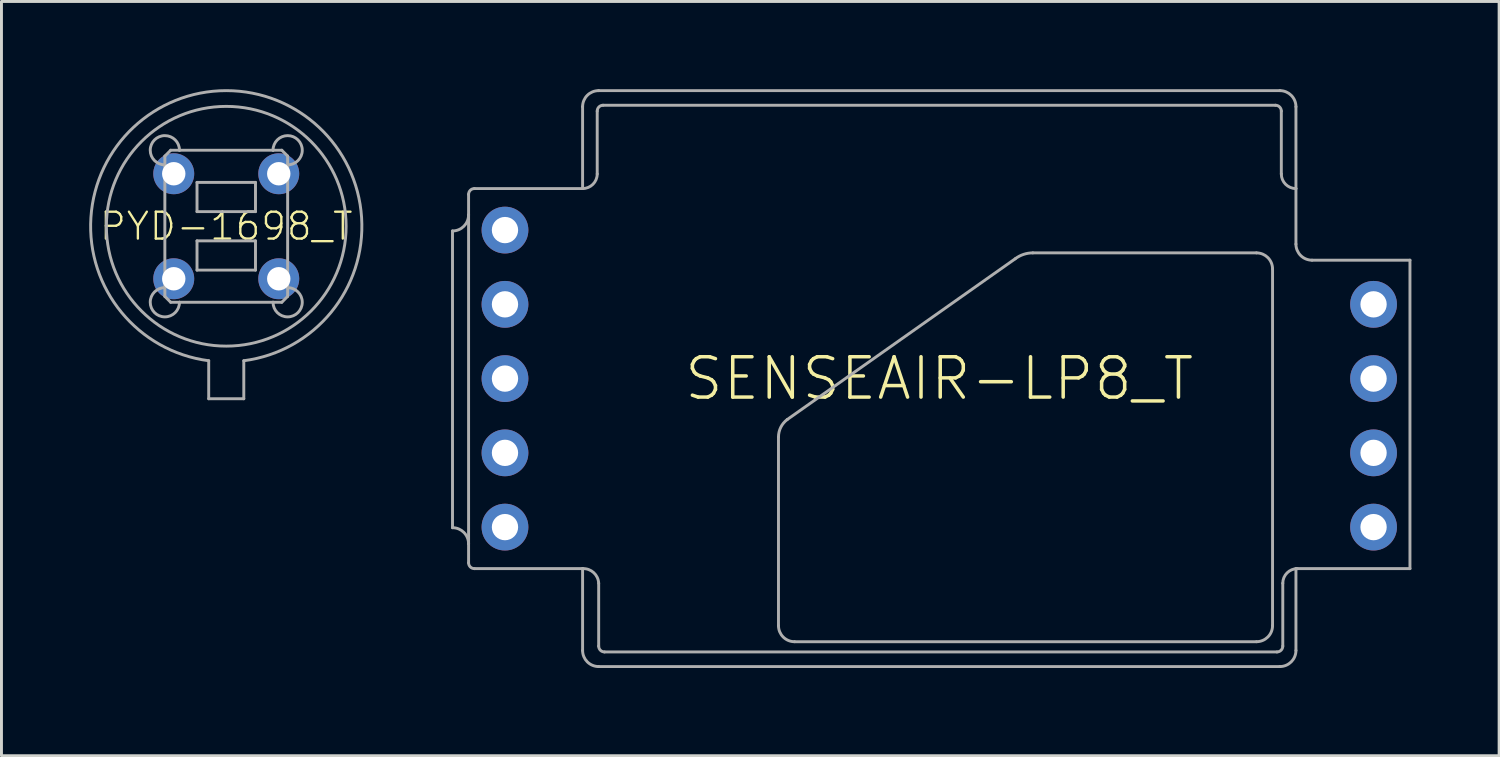
<source format=kicad_pcb>
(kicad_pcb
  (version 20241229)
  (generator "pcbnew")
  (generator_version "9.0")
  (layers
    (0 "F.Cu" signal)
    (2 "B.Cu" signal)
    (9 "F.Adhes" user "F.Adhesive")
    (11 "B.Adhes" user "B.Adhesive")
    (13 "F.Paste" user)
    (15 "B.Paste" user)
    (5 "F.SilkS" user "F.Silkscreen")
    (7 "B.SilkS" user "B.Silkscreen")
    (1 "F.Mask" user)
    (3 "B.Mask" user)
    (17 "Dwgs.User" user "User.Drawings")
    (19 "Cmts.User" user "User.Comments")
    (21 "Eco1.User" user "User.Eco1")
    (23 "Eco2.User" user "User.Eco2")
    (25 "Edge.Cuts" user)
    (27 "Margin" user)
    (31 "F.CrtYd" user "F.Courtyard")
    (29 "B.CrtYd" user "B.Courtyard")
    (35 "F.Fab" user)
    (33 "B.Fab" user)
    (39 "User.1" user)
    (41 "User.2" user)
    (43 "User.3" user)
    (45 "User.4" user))
  (footprint "SENSEAIR-LP8_T"
    (layer "F.Cu")
    (at 29.078 9.9)
    (property "Reference" "SENSEAIR-LP8_T" (at 0 0 0) (unlocked yes) (layer "F.SilkS") (effects (font (size 1.38 1.38) (thickness 0.12))))
    (fp_line (start -16.65 -5.05) (end -16.65 5.1) (stroke (width 0.1) (type solid)) (layer "F.Fab"))
    (fp_line (start -16.1 -6.3) (end -16.1 -5.6) (stroke (width 0.1) (type solid)) (layer "F.Fab"))
    (fp_line (start -16.1 -5.6) (end -16.1 5.65) (stroke (width 0.1) (type solid)) (layer "F.Fab"))
    (fp_line (start -16.1 5.65) (end -16.1 6.3) (stroke (width 0.1) (type solid)) (layer "F.Fab"))
    (fp_line (start -15.9 -6.5) (end -12.2 -6.5) (stroke (width 0.1) (type solid)) (layer "F.Fab"))
    (fp_line (start -15.9 6.5) (end -12.2 6.5) (stroke (width 0.1) (type solid)) (layer "F.Fab"))
    (fp_line (start -12.2 -9.3) (end -12.2 -6.5) (stroke (width 0.1) (type solid)) (layer "F.Fab"))
    (fp_line (start -12.2 9.3) (end -12.2 6.5) (stroke (width 0.1) (type solid)) (layer "F.Fab"))
    (fp_line (start -11.7 -7) (end -11.7 -9.15) (stroke (width 0.1) (type solid)) (layer "F.Fab"))
    (fp_line (start -11.65 -9.85) (end 11.65 -9.85) (stroke (width 0.1) (type solid)) (layer "F.Fab"))
    (fp_line (start -11.65 9.15) (end -11.65 7) (stroke (width 0.1) (type solid)) (layer "F.Fab"))
    (fp_line (start -11.65 9.85) (end 11.65 9.85) (stroke (width 0.1) (type solid)) (layer "F.Fab"))
    (fp_line (start -11.5 -9.35) (end 11.5 -9.35) (stroke (width 0.1) (type solid)) (layer "F.Fab"))
    (fp_line (start -5.5 8.45) (end -5.5 2) (stroke (width 0.1) (type solid)) (layer "F.Fab"))
    (fp_line (start -5.2 1.4) (end 2.6 -4.1) (stroke (width 0.1) (type solid)) (layer "F.Fab"))
    (fp_line (start 10.85 -4.3) (end 3.2 -4.3) (stroke (width 0.1) (type solid)) (layer "F.Fab"))
    (fp_line (start 10.85 9) (end -4.95 9) (stroke (width 0.1) (type solid)) (layer "F.Fab"))
    (fp_line (start 11.4 -3.75) (end 11.4 8.45) (stroke (width 0.1) (type solid)) (layer "F.Fab"))
    (fp_line (start 11.55 9.35) (end -11.45 9.35) (stroke (width 0.1) (type solid)) (layer "F.Fab"))
    (fp_line (start 11.7 -9.15) (end 11.7 -7) (stroke (width 0.1) (type solid)) (layer "F.Fab"))
    (fp_line (start 11.75 7) (end 11.75 9.15) (stroke (width 0.1) (type solid)) (layer "F.Fab"))
    (fp_line (start 12.2 -9.3) (end 12.2 -6.5) (stroke (width 0.1) (type solid)) (layer "F.Fab"))
    (fp_line (start 12.2 -6.5) (end 12.2 -4.6) (stroke (width 0.1) (type solid)) (layer "F.Fab"))
    (fp_line (start 12.2 6.5) (end 16.1 6.5) (stroke (width 0.1) (type solid)) (layer "F.Fab"))
    (fp_line (start 12.2 9.3) (end 12.2 6.5) (stroke (width 0.1) (type solid)) (layer "F.Fab"))
    (fp_line (start 16.1 -4.05) (end 12.75 -4.05) (stroke (width 0.1) (type solid)) (layer "F.Fab"))
    (fp_line (start 16.1 -4.05) (end 16.1 6.5) (stroke (width 0.1) (type solid)) (layer "F.Fab"))
    (fp_arc (start -16.65 5.1) (mid -16.261091 5.261091) (end -16.1 5.65) (stroke (width 0.1) (type solid)) (layer "F.Fab"))
    (fp_arc (start -16.1 -6.3) (mid -16.041421 -6.441421) (end -15.9 -6.5) (stroke (width 0.1) (type solid)) (layer "F.Fab"))
    (fp_arc (start -16.1 -5.6) (mid -16.261091 -5.211091) (end -16.65 -5.05) (stroke (width 0.1) (type solid)) (layer "F.Fab"))
    (fp_arc (start -15.9 6.5) (mid -16.041421 6.441421) (end -16.1 6.3) (stroke (width 0.1) (type solid)) (layer "F.Fab"))
    (fp_arc (start -12.2 -9.3) (mid -12.038909 -9.688909) (end -11.65 -9.85) (stroke (width 0.1) (type solid)) (layer "F.Fab"))
    (fp_arc (start -12.2 6.5) (mid -11.821447 6.636091) (end -11.65 7) (stroke (width 0.1) (type solid)) (layer "F.Fab"))
    (fp_arc (start -11.7 -9.15) (mid -11.641421 -9.291421) (end -11.5 -9.35) (stroke (width 0.1) (type solid)) (layer "F.Fab"))
    (fp_arc (start -11.7 -7) (mid -11.846447 -6.646447) (end -12.2 -6.5) (stroke (width 0.1) (type solid)) (layer "F.Fab"))
    (fp_arc (start -11.65 9.85) (mid -12.038909 9.688909) (end -12.2 9.3) (stroke (width 0.1) (type solid)) (layer "F.Fab"))
    (fp_arc (start -11.45 9.35) (mid -11.591421 9.291421) (end -11.65 9.15) (stroke (width 0.1) (type solid)) (layer "F.Fab"))
    (fp_arc (start -5.5 2.000001) (mid -5.420821 1.66459) (end -5.2 1.4) (stroke (width 0.1) (type solid)) (layer "F.Fab"))
    (fp_arc (start -4.95 9) (mid -5.338909 8.838909) (end -5.5 8.45) (stroke (width 0.1) (type solid)) (layer "F.Fab"))
    (fp_arc (start 2.6 -4.100001) (mid 2.883772 -4.248684) (end 3.2 -4.3) (stroke (width 0.1) (type solid)) (layer "F.Fab"))
    (fp_arc (start 10.85 -4.3) (mid 11.238909 -4.138909) (end 11.4 -3.75) (stroke (width 0.1) (type solid)) (layer "F.Fab"))
    (fp_arc (start 11.4 8.45) (mid 11.238909 8.838909) (end 10.85 9) (stroke (width 0.1) (type solid)) (layer "F.Fab"))
    (fp_arc (start 11.5 -9.35) (mid 11.641421 -9.291421) (end 11.7 -9.15) (stroke (width 0.1) (type solid)) (layer "F.Fab"))
    (fp_arc (start 11.65 -9.85) (mid 12.038909 -9.688909) (end 12.2 -9.3) (stroke (width 0.1) (type solid)) (layer "F.Fab"))
    (fp_arc (start 11.75 7) (mid 11.896447 6.646447) (end 12.25 6.5) (stroke (width 0.1) (type solid)) (layer "F.Fab"))
    (fp_arc (start 11.75 9.15) (mid 11.691421 9.291421) (end 11.55 9.35) (stroke (width 0.1) (type solid)) (layer "F.Fab"))
    (fp_arc (start 12.2 -6.5) (mid 11.846447 -6.646447) (end 11.7 -7) (stroke (width 0.1) (type solid)) (layer "F.Fab"))
    (fp_arc (start 12.2 9.3) (mid 12.038909 9.688909) (end 11.65 9.85) (stroke (width 0.1) (type solid)) (layer "F.Fab"))
    (fp_arc (start 12.75 -4.05) (mid 12.361091 -4.211091) (end 12.2 -4.6) (stroke (width 0.1) (type solid)) (layer "F.Fab"))
    (pad "1-1" thru_hole circle (at 14.855 5.08) (size 1.6 1.6) (drill 0.9) (layers "*.Cu" "*.Mask"))
    (pad "1-2" thru_hole circle (at 14.855 2.54) (size 1.6 1.6) (drill 0.9) (layers "*.Cu" "*.Mask"))
    (pad "1-3" thru_hole circle (at 14.855 0) (size 1.6 1.6) (drill 0.9) (layers "*.Cu" "*.Mask"))
    (pad "1-4" thru_hole circle (at 14.855 -2.54) (size 1.6 1.6) (drill 0.9) (layers "*.Cu" "*.Mask"))
    (pad "2-1" thru_hole circle (at -14.855 5.08) (size 1.6 1.6) (drill 0.9) (layers "*.Cu" "*.Mask"))
    (pad "2-2" thru_hole circle (at -14.855 2.54) (size 1.6 1.6) (drill 0.9) (layers "*.Cu" "*.Mask"))
    (pad "2-3" thru_hole circle (at -14.855 0) (size 1.6 1.6) (drill 0.9) (layers "*.Cu" "*.Mask"))
    (pad "2-4" thru_hole circle (at -14.855 -2.54) (size 1.6 1.6) (drill 0.9) (layers "*.Cu" "*.Mask"))
    (pad "2-5" thru_hole circle (at -14.855 -5.08) (size 1.6 1.6) (drill 0.9) (layers "*.Cu" "*.Mask")))
  (footprint "PYD-1698_T"
    (layer "F.Cu")
    (at 4.689 4.689)
    (property "Reference" "PYD-1698_T" (at 0 0 0) (unlocked yes) (layer "F.SilkS") (effects (font (size 0.92 0.92) (thickness 0.08))))
    (fp_line (start -2.1 -2.4) (end -1.9 -2.6) (stroke (width 0.1) (type solid)) (layer "F.Fab"))
    (fp_line (start -2.1 -2.1) (end -2.1 -2.4) (stroke (width 0.1) (type solid)) (layer "F.Fab"))
    (fp_line (start -2.1 2.1) (end -2.1 -2.1) (stroke (width 0.1) (type solid)) (layer "F.Fab"))
    (fp_line (start -2.1 2.1) (end -2.1 2.4) (stroke (width 0.1) (type solid)) (layer "F.Fab"))
    (fp_line (start -2.1 2.4) (end -1.9 2.6) (stroke (width 0.1) (type solid)) (layer "F.Fab"))
    (fp_line (start -1.9 -2.6) (end -1.6 -2.6) (stroke (width 0.1) (type solid)) (layer "F.Fab"))
    (fp_line (start -1.9 2.6) (end -1.6 2.6) (stroke (width 0.1) (type solid)) (layer "F.Fab"))
    (fp_line (start -1.6 -2.6) (end 1.6 -2.6) (stroke (width 0.1) (type solid)) (layer "F.Fab"))
    (fp_line (start -1 -1.5) (end 1 -1.5) (stroke (width 0.1) (type solid)) (layer "F.Fab"))
    (fp_line (start -1 -0.5) (end -1 -1.5) (stroke (width 0.1) (type solid)) (layer "F.Fab"))
    (fp_line (start -1 0.5) (end 1 0.5) (stroke (width 0.1) (type solid)) (layer "F.Fab"))
    (fp_line (start -1 1.5) (end -1 0.5) (stroke (width 0.1) (type solid)) (layer "F.Fab"))
    (fp_line (start -0.6 4.6) (end -0.6 5.9) (stroke (width 0.1) (type solid)) (layer "F.Fab"))
    (fp_line (start -0.6 5.9) (end 0.6 5.9) (stroke (width 0.1) (type solid)) (layer "F.Fab"))
    (fp_line (start 0.6 5.9) (end 0.6 4.6) (stroke (width 0.1) (type solid)) (layer "F.Fab"))
    (fp_line (start 1 -1.5) (end 1 -0.5) (stroke (width 0.1) (type solid)) (layer "F.Fab"))
    (fp_line (start 1 -0.5) (end -1 -0.5) (stroke (width 0.1) (type solid)) (layer "F.Fab"))
    (fp_line (start 1 0.5) (end 1 1.5) (stroke (width 0.1) (type solid)) (layer "F.Fab"))
    (fp_line (start 1 1.5) (end -1 1.5) (stroke (width 0.1) (type solid)) (layer "F.Fab"))
    (fp_line (start 1.6 -2.6) (end 1.9 -2.6) (stroke (width 0.1) (type solid)) (layer "F.Fab"))
    (fp_line (start 1.6 2.6) (end -1.6 2.6) (stroke (width 0.1) (type solid)) (layer "F.Fab"))
    (fp_line (start 1.6 2.6) (end 1.9 2.6) (stroke (width 0.1) (type solid)) (layer "F.Fab"))
    (fp_line (start 1.9 -2.6) (end 2.1 -2.4) (stroke (width 0.1) (type solid)) (layer "F.Fab"))
    (fp_line (start 1.9 2.6) (end 2.1 2.4) (stroke (width 0.1) (type solid)) (layer "F.Fab"))
    (fp_line (start 2.1 -2.4) (end 2.1 -2.1) (stroke (width 0.1) (type solid)) (layer "F.Fab"))
    (fp_line (start 2.1 -2.1) (end 2.1 2.1) (stroke (width 0.1) (type solid)) (layer "F.Fab"))
    (fp_line (start 2.1 2.4) (end 2.1 2.1) (stroke (width 0.1) (type solid)) (layer "F.Fab"))
    (fp_arc (start -2.1 -2.1) (mid -2.453553 -2.953553) (end -1.6 -2.6) (stroke (width 0.1) (type solid)) (layer "F.Fab"))
    (fp_arc (start -1.6 2.6) (mid -2.453553 2.953553) (end -2.1 2.1) (stroke (width 0.1) (type solid)) (layer "F.Fab"))
    (fp_arc (start -0.6 4.6) (mid 0 -4.638965) (end 0.6 4.6) (stroke (width 0.1) (type solid)) (layer "F.Fab"))
    (fp_arc (start 1.6 -2.6) (mid 2.453553 -2.953553) (end 2.1 -2.1) (stroke (width 0.1) (type solid)) (layer "F.Fab"))
    (fp_arc (start 2.1 2.1) (mid 2.453553 2.953553) (end 1.6 2.6) (stroke (width 0.1) (type solid)) (layer "F.Fab"))
    (fp_circle (center 0 0) (end 4.1 0) (stroke (width 0.1) (type solid)) (fill no) (layer "F.Fab"))
    (pad "1" thru_hole circle (at -1.796 -1.796) (size 1.4 1.4) (drill 0.8) (layers "*.Cu" "*.Mask"))
    (pad "2" thru_hole circle (at -1.796 1.796) (size 1.4 1.4) (drill 0.8) (layers "*.Cu" "*.Mask"))
    (pad "3" thru_hole circle (at 1.796 1.796) (size 1.4 1.4) (drill 0.8) (layers "*.Cu" "*.Mask"))
    (pad "4" thru_hole circle (at 1.796 -1.796) (size 1.4 1.4) (drill 0.8) (layers "*.Cu" "*.Mask")))
  (gr_rect
    (start -3 -3)
    (end 48.228 22.8)
    (stroke (width 0.1) (type default))
    (fill no)
    (layer "Edge.Cuts")))
</source>
